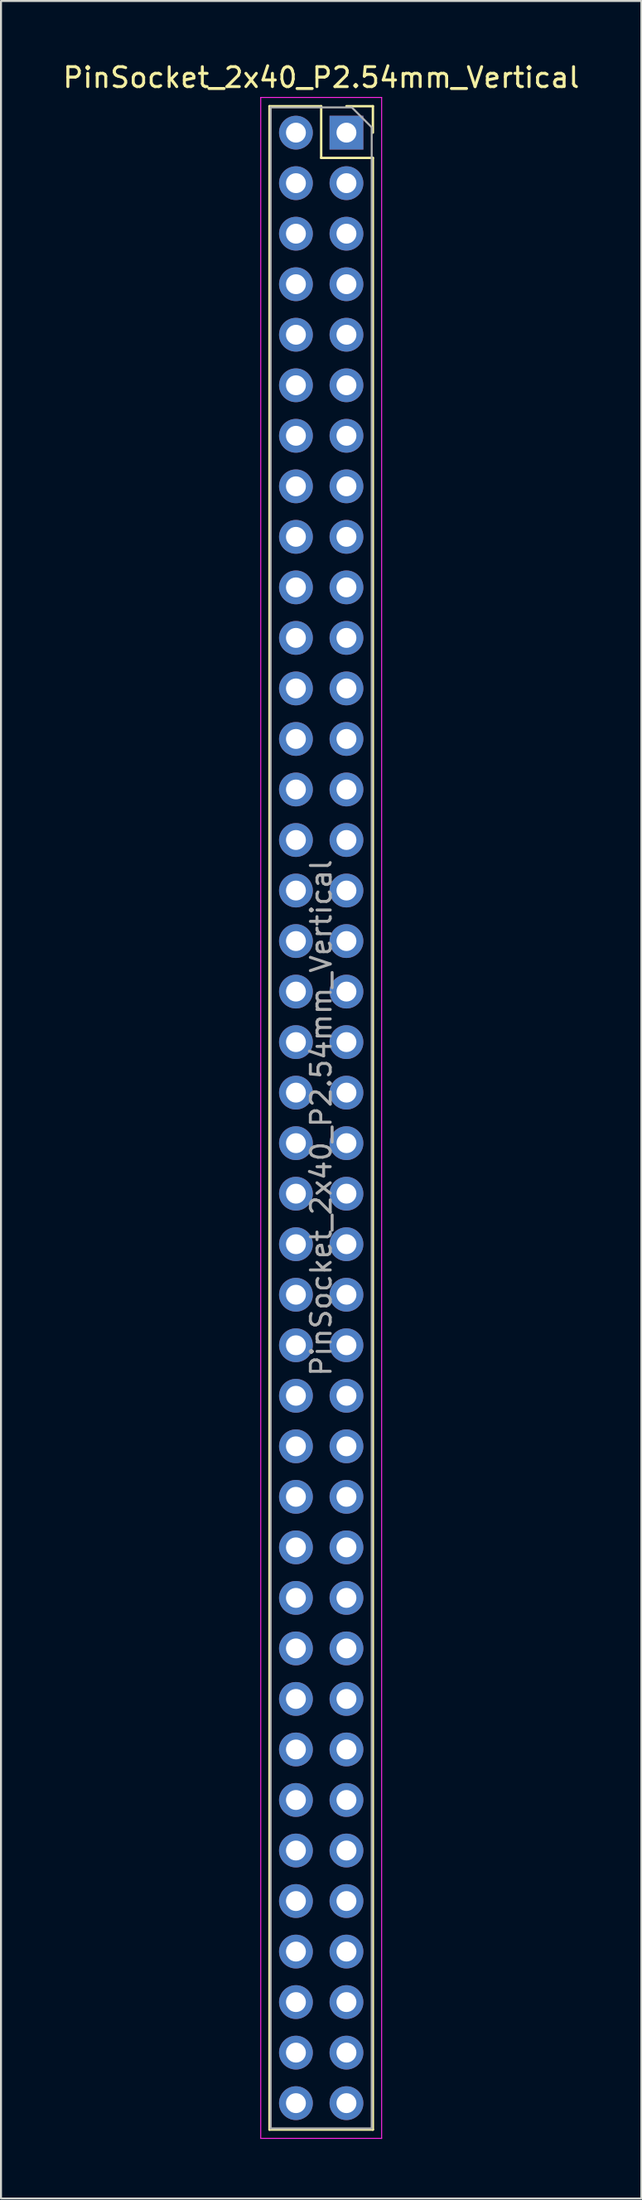
<source format=kicad_pcb>
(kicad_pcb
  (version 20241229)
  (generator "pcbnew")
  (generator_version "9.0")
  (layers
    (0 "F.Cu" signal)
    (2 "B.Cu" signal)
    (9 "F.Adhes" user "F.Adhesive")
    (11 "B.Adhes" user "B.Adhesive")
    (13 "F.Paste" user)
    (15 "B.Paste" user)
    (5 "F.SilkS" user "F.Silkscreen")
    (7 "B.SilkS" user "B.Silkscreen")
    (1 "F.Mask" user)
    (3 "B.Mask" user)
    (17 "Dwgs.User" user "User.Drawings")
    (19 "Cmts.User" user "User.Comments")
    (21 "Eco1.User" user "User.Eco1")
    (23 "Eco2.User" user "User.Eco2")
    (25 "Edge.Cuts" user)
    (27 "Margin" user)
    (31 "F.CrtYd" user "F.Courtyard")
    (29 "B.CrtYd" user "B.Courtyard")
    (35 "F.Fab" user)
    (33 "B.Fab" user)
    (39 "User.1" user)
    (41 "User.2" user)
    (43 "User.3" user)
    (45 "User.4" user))
  (footprint "PinSocket_2x40_P2.54mm_Vertical"
    (layer "F.Cu")
    (at 14.371 3.618)
    (property "Reference" "PinSocket_2x40_P2.54mm_Vertical" (at -1.27 -2.77 0) (layer "F.SilkS") (effects (font (size 1 1) (thickness 0.15))))
    (attr through_hole)
    (fp_line (start -3.87 -1.33) (end -3.87 100.39) (stroke (width 0.12) (type solid)) (layer "F.SilkS"))
    (fp_line (start -3.87 -1.33) (end -1.27 -1.33) (stroke (width 0.12) (type solid)) (layer "F.SilkS"))
    (fp_line (start -3.87 100.39) (end 1.33 100.39) (stroke (width 0.12) (type solid)) (layer "F.SilkS"))
    (fp_line (start -1.27 -1.33) (end -1.27 1.27) (stroke (width 0.12) (type solid)) (layer "F.SilkS"))
    (fp_line (start -1.27 1.27) (end 1.33 1.27) (stroke (width 0.12) (type solid)) (layer "F.SilkS"))
    (fp_line (start 0 -1.33) (end 1.33 -1.33) (stroke (width 0.12) (type solid)) (layer "F.SilkS"))
    (fp_line (start 1.33 -1.33) (end 1.33 0) (stroke (width 0.12) (type solid)) (layer "F.SilkS"))
    (fp_line (start 1.33 1.27) (end 1.33 100.39) (stroke (width 0.12) (type solid)) (layer "F.SilkS"))
    (fp_line (start -4.31 -1.77) (end 1.77 -1.77) (stroke (width 0.05) (type solid)) (layer "F.CrtYd"))
    (fp_line (start -4.31 100.83) (end -4.31 -1.77) (stroke (width 0.05) (type solid)) (layer "F.CrtYd"))
    (fp_line (start 1.77 -1.77) (end 1.77 100.83) (stroke (width 0.05) (type solid)) (layer "F.CrtYd"))
    (fp_line (start 1.77 100.83) (end -4.31 100.83) (stroke (width 0.05) (type solid)) (layer "F.CrtYd"))
    (fp_line (start -3.81 -1.27) (end 0.27 -1.27) (stroke (width 0.1) (type solid)) (layer "F.Fab"))
    (fp_line (start -3.81 100.33) (end -3.81 -1.27) (stroke (width 0.1) (type solid)) (layer "F.Fab"))
    (fp_line (start 0.27 -1.27) (end 1.27 -0.27) (stroke (width 0.1) (type solid)) (layer "F.Fab"))
    (fp_line (start 1.27 -0.27) (end 1.27 100.33) (stroke (width 0.1) (type solid)) (layer "F.Fab"))
    (fp_line (start 1.27 100.33) (end -3.81 100.33) (stroke (width 0.1) (type solid)) (layer "F.Fab"))
    (fp_text user "${REFERENCE}" (at -1.27 49.53 90) (layer "F.Fab") (effects (font (size 1 1) (thickness 0.15))))
    (pad "1" thru_hole rect (at 0 0) (size 1.7 1.7) (drill 1) (layers "*.Cu" "*.Mask"))
    (pad "2" thru_hole circle (at -2.54 0) (size 1.7 1.7) (drill 1) (layers "*.Cu" "*.Mask"))
    (pad "3" thru_hole circle (at 0 2.54) (size 1.7 1.7) (drill 1) (layers "*.Cu" "*.Mask"))
    (pad "4" thru_hole circle (at -2.54 2.54) (size 1.7 1.7) (drill 1) (layers "*.Cu" "*.Mask"))
    (pad "5" thru_hole circle (at 0 5.08) (size 1.7 1.7) (drill 1) (layers "*.Cu" "*.Mask"))
    (pad "6" thru_hole circle (at -2.54 5.08) (size 1.7 1.7) (drill 1) (layers "*.Cu" "*.Mask"))
    (pad "7" thru_hole circle (at 0 7.62) (size 1.7 1.7) (drill 1) (layers "*.Cu" "*.Mask"))
    (pad "8" thru_hole circle (at -2.54 7.62) (size 1.7 1.7) (drill 1) (layers "*.Cu" "*.Mask"))
    (pad "9" thru_hole circle (at 0 10.16) (size 1.7 1.7) (drill 1) (layers "*.Cu" "*.Mask"))
    (pad "10" thru_hole circle (at -2.54 10.16) (size 1.7 1.7) (drill 1) (layers "*.Cu" "*.Mask"))
    (pad "11" thru_hole circle (at 0 12.7) (size 1.7 1.7) (drill 1) (layers "*.Cu" "*.Mask"))
    (pad "12" thru_hole circle (at -2.54 12.7) (size 1.7 1.7) (drill 1) (layers "*.Cu" "*.Mask"))
    (pad "13" thru_hole circle (at 0 15.24) (size 1.7 1.7) (drill 1) (layers "*.Cu" "*.Mask"))
    (pad "14" thru_hole circle (at -2.54 15.24) (size 1.7 1.7) (drill 1) (layers "*.Cu" "*.Mask"))
    (pad "15" thru_hole circle (at 0 17.78) (size 1.7 1.7) (drill 1) (layers "*.Cu" "*.Mask"))
    (pad "16" thru_hole circle (at -2.54 17.78) (size 1.7 1.7) (drill 1) (layers "*.Cu" "*.Mask"))
    (pad "17" thru_hole circle (at 0 20.32) (size 1.7 1.7) (drill 1) (layers "*.Cu" "*.Mask"))
    (pad "18" thru_hole circle (at -2.54 20.32) (size 1.7 1.7) (drill 1) (layers "*.Cu" "*.Mask"))
    (pad "19" thru_hole circle (at 0 22.86) (size 1.7 1.7) (drill 1) (layers "*.Cu" "*.Mask"))
    (pad "20" thru_hole circle (at -2.54 22.86) (size 1.7 1.7) (drill 1) (layers "*.Cu" "*.Mask"))
    (pad "21" thru_hole circle (at 0 25.4) (size 1.7 1.7) (drill 1) (layers "*.Cu" "*.Mask"))
    (pad "22" thru_hole circle (at -2.54 25.4) (size 1.7 1.7) (drill 1) (layers "*.Cu" "*.Mask"))
    (pad "23" thru_hole circle (at 0 27.94) (size 1.7 1.7) (drill 1) (layers "*.Cu" "*.Mask"))
    (pad "24" thru_hole circle (at -2.54 27.94) (size 1.7 1.7) (drill 1) (layers "*.Cu" "*.Mask"))
    (pad "25" thru_hole circle (at 0 30.48) (size 1.7 1.7) (drill 1) (layers "*.Cu" "*.Mask"))
    (pad "26" thru_hole circle (at -2.54 30.48) (size 1.7 1.7) (drill 1) (layers "*.Cu" "*.Mask"))
    (pad "27" thru_hole circle (at 0 33.02) (size 1.7 1.7) (drill 1) (layers "*.Cu" "*.Mask"))
    (pad "28" thru_hole circle (at -2.54 33.02) (size 1.7 1.7) (drill 1) (layers "*.Cu" "*.Mask"))
    (pad "29" thru_hole circle (at 0 35.56) (size 1.7 1.7) (drill 1) (layers "*.Cu" "*.Mask"))
    (pad "30" thru_hole circle (at -2.54 35.56) (size 1.7 1.7) (drill 1) (layers "*.Cu" "*.Mask"))
    (pad "31" thru_hole circle (at 0 38.1) (size 1.7 1.7) (drill 1) (layers "*.Cu" "*.Mask"))
    (pad "32" thru_hole circle (at -2.54 38.1) (size 1.7 1.7) (drill 1) (layers "*.Cu" "*.Mask"))
    (pad "33" thru_hole circle (at 0 40.64) (size 1.7 1.7) (drill 1) (layers "*.Cu" "*.Mask"))
    (pad "34" thru_hole circle (at -2.54 40.64) (size 1.7 1.7) (drill 1) (layers "*.Cu" "*.Mask"))
    (pad "35" thru_hole circle (at 0 43.18) (size 1.7 1.7) (drill 1) (layers "*.Cu" "*.Mask"))
    (pad "36" thru_hole circle (at -2.54 43.18) (size 1.7 1.7) (drill 1) (layers "*.Cu" "*.Mask"))
    (pad "37" thru_hole circle (at 0 45.72) (size 1.7 1.7) (drill 1) (layers "*.Cu" "*.Mask"))
    (pad "38" thru_hole circle (at -2.54 45.72) (size 1.7 1.7) (drill 1) (layers "*.Cu" "*.Mask"))
    (pad "39" thru_hole circle (at 0 48.26) (size 1.7 1.7) (drill 1) (layers "*.Cu" "*.Mask"))
    (pad "40" thru_hole circle (at -2.54 48.26) (size 1.7 1.7) (drill 1) (layers "*.Cu" "*.Mask"))
    (pad "41" thru_hole circle (at 0 50.8) (size 1.7 1.7) (drill 1) (layers "*.Cu" "*.Mask"))
    (pad "42" thru_hole circle (at -2.54 50.8) (size 1.7 1.7) (drill 1) (layers "*.Cu" "*.Mask"))
    (pad "43" thru_hole circle (at 0 53.34) (size 1.7 1.7) (drill 1) (layers "*.Cu" "*.Mask"))
    (pad "44" thru_hole circle (at -2.54 53.34) (size 1.7 1.7) (drill 1) (layers "*.Cu" "*.Mask"))
    (pad "45" thru_hole circle (at 0 55.88) (size 1.7 1.7) (drill 1) (layers "*.Cu" "*.Mask"))
    (pad "46" thru_hole circle (at -2.54 55.88) (size 1.7 1.7) (drill 1) (layers "*.Cu" "*.Mask"))
    (pad "47" thru_hole circle (at 0 58.42) (size 1.7 1.7) (drill 1) (layers "*.Cu" "*.Mask"))
    (pad "48" thru_hole circle (at -2.54 58.42) (size 1.7 1.7) (drill 1) (layers "*.Cu" "*.Mask"))
    (pad "49" thru_hole circle (at 0 60.96) (size 1.7 1.7) (drill 1) (layers "*.Cu" "*.Mask"))
    (pad "50" thru_hole circle (at -2.54 60.96) (size 1.7 1.7) (drill 1) (layers "*.Cu" "*.Mask"))
    (pad "51" thru_hole circle (at 0 63.5) (size 1.7 1.7) (drill 1) (layers "*.Cu" "*.Mask"))
    (pad "52" thru_hole circle (at -2.54 63.5) (size 1.7 1.7) (drill 1) (layers "*.Cu" "*.Mask"))
    (pad "53" thru_hole circle (at 0 66.04) (size 1.7 1.7) (drill 1) (layers "*.Cu" "*.Mask"))
    (pad "54" thru_hole circle (at -2.54 66.04) (size 1.7 1.7) (drill 1) (layers "*.Cu" "*.Mask"))
    (pad "55" thru_hole circle (at 0 68.58) (size 1.7 1.7) (drill 1) (layers "*.Cu" "*.Mask"))
    (pad "56" thru_hole circle (at -2.54 68.58) (size 1.7 1.7) (drill 1) (layers "*.Cu" "*.Mask"))
    (pad "57" thru_hole circle (at 0 71.12) (size 1.7 1.7) (drill 1) (layers "*.Cu" "*.Mask"))
    (pad "58" thru_hole circle (at -2.54 71.12) (size 1.7 1.7) (drill 1) (layers "*.Cu" "*.Mask"))
    (pad "59" thru_hole circle (at 0 73.66) (size 1.7 1.7) (drill 1) (layers "*.Cu" "*.Mask"))
    (pad "60" thru_hole circle (at -2.54 73.66) (size 1.7 1.7) (drill 1) (layers "*.Cu" "*.Mask"))
    (pad "61" thru_hole circle (at 0 76.2) (size 1.7 1.7) (drill 1) (layers "*.Cu" "*.Mask"))
    (pad "62" thru_hole circle (at -2.54 76.2) (size 1.7 1.7) (drill 1) (layers "*.Cu" "*.Mask"))
    (pad "63" thru_hole circle (at 0 78.74) (size 1.7 1.7) (drill 1) (layers "*.Cu" "*.Mask"))
    (pad "64" thru_hole circle (at -2.54 78.74) (size 1.7 1.7) (drill 1) (layers "*.Cu" "*.Mask"))
    (pad "65" thru_hole circle (at 0 81.28) (size 1.7 1.7) (drill 1) (layers "*.Cu" "*.Mask"))
    (pad "66" thru_hole circle (at -2.54 81.28) (size 1.7 1.7) (drill 1) (layers "*.Cu" "*.Mask"))
    (pad "67" thru_hole circle (at 0 83.82) (size 1.7 1.7) (drill 1) (layers "*.Cu" "*.Mask"))
    (pad "68" thru_hole circle (at -2.54 83.82) (size 1.7 1.7) (drill 1) (layers "*.Cu" "*.Mask"))
    (pad "69" thru_hole circle (at 0 86.36) (size 1.7 1.7) (drill 1) (layers "*.Cu" "*.Mask"))
    (pad "70" thru_hole circle (at -2.54 86.36) (size 1.7 1.7) (drill 1) (layers "*.Cu" "*.Mask"))
    (pad "71" thru_hole circle (at 0 88.9) (size 1.7 1.7) (drill 1) (layers "*.Cu" "*.Mask"))
    (pad "72" thru_hole circle (at -2.54 88.9) (size 1.7 1.7) (drill 1) (layers "*.Cu" "*.Mask"))
    (pad "73" thru_hole circle (at 0 91.44) (size 1.7 1.7) (drill 1) (layers "*.Cu" "*.Mask"))
    (pad "74" thru_hole circle (at -2.54 91.44) (size 1.7 1.7) (drill 1) (layers "*.Cu" "*.Mask"))
    (pad "75" thru_hole circle (at 0 93.98) (size 1.7 1.7) (drill 1) (layers "*.Cu" "*.Mask"))
    (pad "76" thru_hole circle (at -2.54 93.98) (size 1.7 1.7) (drill 1) (layers "*.Cu" "*.Mask"))
    (pad "77" thru_hole circle (at 0 96.52) (size 1.7 1.7) (drill 1) (layers "*.Cu" "*.Mask"))
    (pad "78" thru_hole circle (at -2.54 96.52) (size 1.7 1.7) (drill 1) (layers "*.Cu" "*.Mask"))
    (pad "79" thru_hole circle (at 0 99.06) (size 1.7 1.7) (drill 1) (layers "*.Cu" "*.Mask"))
    (pad "80" thru_hole circle (at -2.54 99.06) (size 1.7 1.7) (drill 1) (layers "*.Cu" "*.Mask")))
  (gr_rect
    (start -3 -3)
    (end 29.202 107.473)
    (stroke (width 0.1) (type default))
    (fill no)
    (layer "Edge.Cuts")))
</source>
